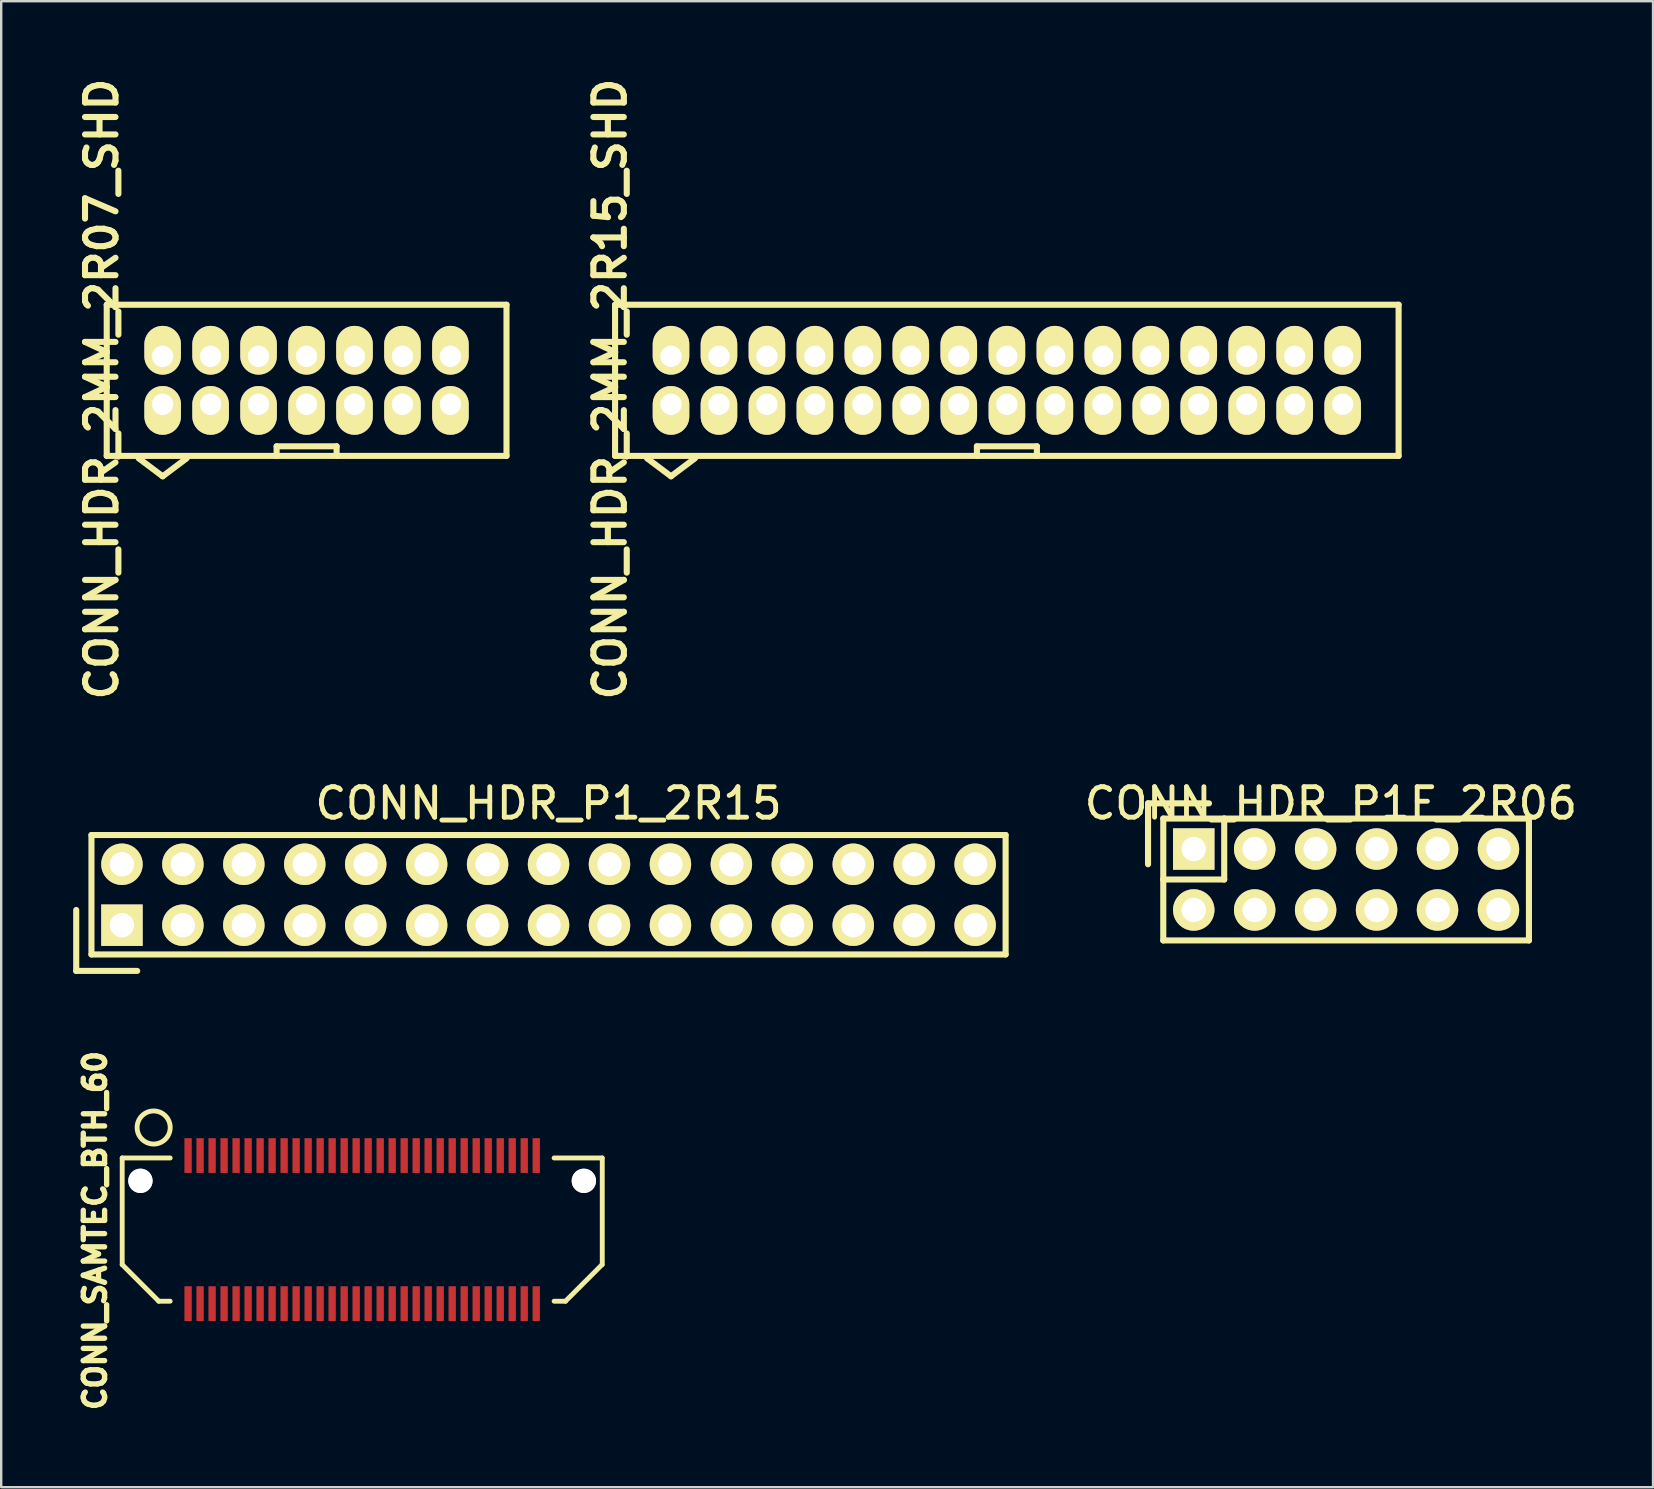
<source format=kicad_pcb>
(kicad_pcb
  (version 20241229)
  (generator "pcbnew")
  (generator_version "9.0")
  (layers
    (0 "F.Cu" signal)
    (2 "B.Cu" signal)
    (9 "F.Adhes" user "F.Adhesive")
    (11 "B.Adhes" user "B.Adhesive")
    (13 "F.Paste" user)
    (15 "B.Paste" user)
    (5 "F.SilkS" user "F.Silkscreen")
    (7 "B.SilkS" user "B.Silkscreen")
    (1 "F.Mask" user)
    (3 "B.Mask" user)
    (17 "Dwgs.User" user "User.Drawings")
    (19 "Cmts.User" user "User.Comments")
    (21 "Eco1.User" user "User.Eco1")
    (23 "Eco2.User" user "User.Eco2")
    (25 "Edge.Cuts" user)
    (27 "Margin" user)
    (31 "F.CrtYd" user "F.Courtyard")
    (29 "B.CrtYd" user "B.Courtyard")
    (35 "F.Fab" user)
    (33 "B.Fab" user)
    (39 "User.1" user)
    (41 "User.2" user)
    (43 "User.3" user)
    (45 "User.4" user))
  (footprint "CONN_HDR_P1F_2R06"
    (layer "F.Cu")
    (at 53.053 33.606)
    (property "Reference" "CONN_HDR_P1F_2R06" (at -0.635 -3.175 0) (layer "F.SilkS") (effects (font (size 1.27 1.27) (thickness 0.203))))
    (attr through_hole)
    (fp_line (start -8.255 -3.175) (end -5.715 -3.175) (stroke (width 0.254) (type solid)) (layer "F.SilkS"))
    (fp_line (start -8.255 -0.635) (end -8.255 -3.175) (stroke (width 0.254) (type solid)) (layer "F.SilkS"))
    (fp_line (start -7.62 -2.54) (end -7.62 0) (stroke (width 0.254) (type solid)) (layer "F.SilkS"))
    (fp_line (start -7.62 -2.54) (end -5.08 -2.54) (stroke (width 0.254) (type solid)) (layer "F.SilkS"))
    (fp_line (start -7.62 0) (end -5.08 0) (stroke (width 0.254) (type solid)) (layer "F.SilkS"))
    (fp_line (start -7.62 2.54) (end -7.62 0) (stroke (width 0.254) (type solid)) (layer "F.SilkS"))
    (fp_line (start -5.08 -2.54) (end 7.62 -2.54) (stroke (width 0.254) (type solid)) (layer "F.SilkS"))
    (fp_line (start -5.08 0) (end -5.08 -2.54) (stroke (width 0.254) (type solid)) (layer "F.SilkS"))
    (fp_line (start 7.62 2.54) (end -7.62 2.54) (stroke (width 0.254) (type solid)) (layer "F.SilkS"))
    (fp_line (start 7.62 2.54) (end 7.62 -2.54) (stroke (width 0.254) (type solid)) (layer "F.SilkS"))
    (pad "1" thru_hole rect (at -6.35 -1.27) (size 1.727 1.727) (drill 1.016) (layers "*.Cu" "*.Mask" "F.SilkS"))
    (pad "2" thru_hole oval (at -6.35 1.27) (size 1.727 1.727) (drill 1.016) (layers "*.Cu" "*.Mask" "F.SilkS"))
    (pad "3" thru_hole oval (at -3.81 -1.27) (size 1.727 1.727) (drill 1.016) (layers "*.Cu" "*.Mask" "F.SilkS"))
    (pad "4" thru_hole oval (at -3.81 1.27) (size 1.727 1.727) (drill 1.016) (layers "*.Cu" "*.Mask" "F.SilkS"))
    (pad "5" thru_hole oval (at -1.27 -1.27) (size 1.727 1.727) (drill 1.016) (layers "*.Cu" "*.Mask" "F.SilkS"))
    (pad "6" thru_hole oval (at -1.27 1.27) (size 1.727 1.727) (drill 1.016) (layers "*.Cu" "*.Mask" "F.SilkS"))
    (pad "7" thru_hole oval (at 1.27 -1.27) (size 1.727 1.727) (drill 1.016) (layers "*.Cu" "*.Mask" "F.SilkS"))
    (pad "8" thru_hole oval (at 1.27 1.27) (size 1.727 1.727) (drill 1.016) (layers "*.Cu" "*.Mask" "F.SilkS"))
    (pad "9" thru_hole oval (at 3.81 -1.27) (size 1.727 1.727) (drill 1.016) (layers "*.Cu" "*.Mask" "F.SilkS"))
    (pad "10" thru_hole oval (at 3.81 1.27) (size 1.727 1.727) (drill 1.016) (layers "*.Cu" "*.Mask" "F.SilkS"))
    (pad "11" thru_hole oval (at 6.35 -1.27) (size 1.727 1.727) (drill 1.016) (layers "*.Cu" "*.Mask" "F.SilkS"))
    (pad "12" thru_hole oval (at 6.35 1.27) (size 1.727 1.727) (drill 1.016) (layers "*.Cu" "*.Mask" "F.SilkS")))
  (footprint "CONN_SAMTEC_BTH_60"
    (layer "F.Cu")
    (at 12.043 48.197)
    (property "Reference" "CONN_SAMTEC_BTH_60" (at -11.133 0.041 90) (layer "F.SilkS") (effects (font (size 0.889 0.889) (thickness 0.305))))
    (attr smd)
    (fp_line (start -10 -2.985) (end -10 1.46) (stroke (width 0.203) (type solid)) (layer "F.SilkS"))
    (fp_line (start -10 1.46) (end -8.476 2.985) (stroke (width 0.203) (type solid)) (layer "F.SilkS"))
    (fp_line (start -8.001 -2.985) (end -10 -2.985) (stroke (width 0.203) (type solid)) (layer "F.SilkS"))
    (fp_line (start -8.001 2.985) (end -8.476 2.985) (stroke (width 0.203) (type solid)) (layer "F.SilkS"))
    (fp_line (start 8.001 -2.985) (end 10 -2.985) (stroke (width 0.203) (type solid)) (layer "F.SilkS"))
    (fp_line (start 8.001 2.985) (end 8.476 2.985) (stroke (width 0.203) (type solid)) (layer "F.SilkS"))
    (fp_line (start 10 1.46) (end 8.476 2.985) (stroke (width 0.203) (type solid)) (layer "F.SilkS"))
    (fp_line (start 10.008 -2.985) (end 10.008 1.46) (stroke (width 0.203) (type solid)) (layer "F.SilkS"))
    (fp_circle (center -8.689 -4.255) (end -9.101 -4.808) (stroke (width 0.203) (type solid)) (fill no) (layer "F.SilkS"))
    (pad "" np_thru_hole circle (at -9.241 -2.032) (size 1.016 1.016) (drill 1.016) (layers "*.Cu" "*.Mask" "Dwgs.User"))
    (pad "" np_thru_hole circle (at 9.241 -2.032) (size 1.016 1.016) (drill 1.016) (layers "*.Cu" "*.Mask" "Dwgs.User"))
    (pad "1" smd rect (at -7.254 -3.086 180) (size 0.305 1.448) (layers "F.Cu" "F.Mask" "F.Paste"))
    (pad "2" smd rect (at -7.254 3.086) (size 0.305 1.448) (layers "F.Cu" "F.Mask" "F.Paste"))
    (pad "3" smd rect (at -6.754 -3.086 180) (size 0.305 1.448) (layers "F.Cu" "F.Mask" "F.Paste"))
    (pad "4" smd rect (at -6.754 3.086) (size 0.305 1.448) (layers "F.Cu" "F.Mask" "F.Paste"))
    (pad "5" smd rect (at -6.253 -3.086 180) (size 0.305 1.448) (layers "F.Cu" "F.Mask" "F.Paste"))
    (pad "6" smd rect (at -6.253 3.086) (size 0.305 1.448) (layers "F.Cu" "F.Mask" "F.Paste"))
    (pad "7" smd rect (at -5.753 -3.086 180) (size 0.305 1.448) (layers "F.Cu" "F.Mask" "F.Paste"))
    (pad "8" smd rect (at -5.753 3.086) (size 0.305 1.448) (layers "F.Cu" "F.Mask" "F.Paste"))
    (pad "9" smd rect (at -5.253 -3.086 180) (size 0.305 1.448) (layers "F.Cu" "F.Mask" "F.Paste"))
    (pad "10" smd rect (at -5.253 3.086) (size 0.305 1.448) (layers "F.Cu" "F.Mask" "F.Paste"))
    (pad "11" smd rect (at -4.752 -3.086 180) (size 0.305 1.448) (layers "F.Cu" "F.Mask" "F.Paste"))
    (pad "12" smd rect (at -4.752 3.086) (size 0.305 1.448) (layers "F.Cu" "F.Mask" "F.Paste"))
    (pad "13" smd rect (at -4.252 -3.086 180) (size 0.305 1.448) (layers "F.Cu" "F.Mask" "F.Paste"))
    (pad "14" smd rect (at -4.252 3.086) (size 0.305 1.448) (layers "F.Cu" "F.Mask" "F.Paste"))
    (pad "15" smd rect (at -3.752 -3.086 180) (size 0.305 1.448) (layers "F.Cu" "F.Mask" "F.Paste"))
    (pad "16" smd rect (at -3.752 3.086) (size 0.305 1.448) (layers "F.Cu" "F.Mask" "F.Paste"))
    (pad "17" smd rect (at -3.251 -3.086 180) (size 0.305 1.448) (layers "F.Cu" "F.Mask" "F.Paste"))
    (pad "18" smd rect (at -3.251 3.086) (size 0.305 1.448) (layers "F.Cu" "F.Mask" "F.Paste"))
    (pad "19" smd rect (at -2.751 -3.086 180) (size 0.305 1.448) (layers "F.Cu" "F.Mask" "F.Paste"))
    (pad "20" smd rect (at -2.751 3.086) (size 0.305 1.448) (layers "F.Cu" "F.Mask" "F.Paste"))
    (pad "21" smd rect (at -2.25 -3.086 180) (size 0.305 1.448) (layers "F.Cu" "F.Mask" "F.Paste"))
    (pad "22" smd rect (at -2.25 3.086) (size 0.305 1.448) (layers "F.Cu" "F.Mask" "F.Paste"))
    (pad "23" smd rect (at -1.75 -3.086 180) (size 0.305 1.448) (layers "F.Cu" "F.Mask" "F.Paste"))
    (pad "24" smd rect (at -1.75 3.086) (size 0.305 1.448) (layers "F.Cu" "F.Mask" "F.Paste"))
    (pad "25" smd rect (at -1.25 -3.086 180) (size 0.305 1.448) (layers "F.Cu" "F.Mask" "F.Paste"))
    (pad "26" smd rect (at -1.25 3.086) (size 0.305 1.448) (layers "F.Cu" "F.Mask" "F.Paste"))
    (pad "27" smd rect (at -0.749 -3.086 180) (size 0.305 1.448) (layers "F.Cu" "F.Mask" "F.Paste"))
    (pad "28" smd rect (at -0.749 3.086) (size 0.305 1.448) (layers "F.Cu" "F.Mask" "F.Paste"))
    (pad "29" smd rect (at -0.249 -3.086 180) (size 0.305 1.448) (layers "F.Cu" "F.Mask" "F.Paste"))
    (pad "30" smd rect (at -0.249 3.086) (size 0.305 1.448) (layers "F.Cu" "F.Mask" "F.Paste"))
    (pad "31" smd rect (at 0.251 -3.086 180) (size 0.305 1.448) (layers "F.Cu" "F.Mask" "F.Paste"))
    (pad "32" smd rect (at 0.251 3.086) (size 0.305 1.448) (layers "F.Cu" "F.Mask" "F.Paste"))
    (pad "33" smd rect (at 0.752 -3.086 180) (size 0.305 1.448) (layers "F.Cu" "F.Mask" "F.Paste"))
    (pad "34" smd rect (at 0.752 3.086) (size 0.305 1.448) (layers "F.Cu" "F.Mask" "F.Paste"))
    (pad "35" smd rect (at 1.252 -3.086 180) (size 0.305 1.448) (layers "F.Cu" "F.Mask" "F.Paste"))
    (pad "36" smd rect (at 1.252 3.086) (size 0.305 1.448) (layers "F.Cu" "F.Mask" "F.Paste"))
    (pad "37" smd rect (at 1.753 -3.086 180) (size 0.305 1.448) (layers "F.Cu" "F.Mask" "F.Paste"))
    (pad "38" smd rect (at 1.753 3.086) (size 0.305 1.448) (layers "F.Cu" "F.Mask" "F.Paste"))
    (pad "39" smd rect (at 2.253 -3.086 180) (size 0.305 1.448) (layers "F.Cu" "F.Mask" "F.Paste"))
    (pad "40" smd rect (at 2.253 3.086) (size 0.305 1.448) (layers "F.Cu" "F.Mask" "F.Paste"))
    (pad "41" smd rect (at 2.753 -3.086 180) (size 0.305 1.448) (layers "F.Cu" "F.Mask" "F.Paste"))
    (pad "42" smd rect (at 2.753 3.086) (size 0.305 1.448) (layers "F.Cu" "F.Mask" "F.Paste"))
    (pad "43" smd rect (at 3.254 -3.086 180) (size 0.305 1.448) (layers "F.Cu" "F.Mask" "F.Paste"))
    (pad "44" smd rect (at 3.254 3.086) (size 0.305 1.448) (layers "F.Cu" "F.Mask" "F.Paste"))
    (pad "45" smd rect (at 3.754 -3.086 180) (size 0.305 1.448) (layers "F.Cu" "F.Mask" "F.Paste"))
    (pad "46" smd rect (at 3.754 3.086) (size 0.305 1.448) (layers "F.Cu" "F.Mask" "F.Paste"))
    (pad "47" smd rect (at 4.254 -3.086 180) (size 0.305 1.448) (layers "F.Cu" "F.Mask" "F.Paste"))
    (pad "48" smd rect (at 4.254 3.086) (size 0.305 1.448) (layers "F.Cu" "F.Mask" "F.Paste"))
    (pad "49" smd rect (at 4.755 -3.086 180) (size 0.305 1.448) (layers "F.Cu" "F.Mask" "F.Paste"))
    (pad "50" smd rect (at 4.755 3.086) (size 0.305 1.448) (layers "F.Cu" "F.Mask" "F.Paste"))
    (pad "51" smd rect (at 5.255 -3.086 180) (size 0.305 1.448) (layers "F.Cu" "F.Mask" "F.Paste"))
    (pad "52" smd rect (at 5.255 3.086) (size 0.305 1.448) (layers "F.Cu" "F.Mask" "F.Paste"))
    (pad "53" smd rect (at 5.756 -3.086 180) (size 0.305 1.448) (layers "F.Cu" "F.Mask" "F.Paste"))
    (pad "54" smd rect (at 5.756 3.086) (size 0.305 1.448) (layers "F.Cu" "F.Mask" "F.Paste"))
    (pad "55" smd rect (at 6.256 -3.086 180) (size 0.305 1.448) (layers "F.Cu" "F.Mask" "F.Paste"))
    (pad "56" smd rect (at 6.256 3.086) (size 0.305 1.448) (layers "F.Cu" "F.Mask" "F.Paste"))
    (pad "57" smd rect (at 6.756 -3.086 180) (size 0.305 1.448) (layers "F.Cu" "F.Mask" "F.Paste"))
    (pad "58" smd rect (at 6.756 3.086) (size 0.305 1.448) (layers "F.Cu" "F.Mask" "F.Paste"))
    (pad "59" smd rect (at 7.257 -3.086 180) (size 0.305 1.448) (layers "F.Cu" "F.Mask" "F.Paste"))
    (pad "60" smd rect (at 7.257 3.086) (size 0.305 1.448) (layers "F.Cu" "F.Mask" "F.Paste")))
  (footprint "CONN_HDR_2MM_2R07_SHD"
    (layer "F.Cu")
    (at 3.729 13.801)
    (property "Reference" "CONN_HDR_2MM_2R07_SHD" (at -2.54 -0.635 90) (layer "F.SilkS") (effects (font (size 1.27 1.27) (thickness 0.254))))
    (attr through_hole)
    (fp_line (start -2.331 -4.15) (end 14.331 -4.15) (stroke (width 0.254) (type solid)) (layer "F.SilkS"))
    (fp_line (start -2.331 2.15) (end -2.331 -4.15) (stroke (width 0.254) (type solid)) (layer "F.SilkS"))
    (fp_line (start -1 2.25) (end 0 3) (stroke (width 0.254) (type solid)) (layer "F.SilkS"))
    (fp_line (start 0 3) (end 1 2.25) (stroke (width 0.254) (type solid)) (layer "F.SilkS"))
    (fp_line (start 4.75 1.75) (end 7.25 1.75) (stroke (width 0.254) (type solid)) (layer "F.SilkS"))
    (fp_line (start 4.75 2.15) (end 4.75 1.75) (stroke (width 0.254) (type solid)) (layer "F.SilkS"))
    (fp_line (start 7.25 1.75) (end 7.25 2.15) (stroke (width 0.254) (type solid)) (layer "F.SilkS"))
    (fp_line (start 14.331 -4.15) (end 14.331 2.15) (stroke (width 0.254) (type solid)) (layer "F.SilkS"))
    (fp_line (start 14.331 2.15) (end -2.331 2.15) (stroke (width 0.254) (type solid)) (layer "F.SilkS"))
    (pad "1" thru_hole oval (at 0 0) (size 1.524 2.032) (drill 0.889 (offset 0 0.254)) (layers "*.Cu" "*.Mask" "F.SilkS"))
    (pad "2" thru_hole oval (at 0 -1.999 180) (size 1.524 2.032) (drill 0.889 (offset 0 0.254)) (layers "*.Cu" "*.Mask" "F.SilkS"))
    (pad "3" thru_hole oval (at 1.999 0) (size 1.524 2.032) (drill 0.889 (offset 0 0.254)) (layers "*.Cu" "*.Mask" "F.SilkS"))
    (pad "4" thru_hole oval (at 1.999 -1.999 180) (size 1.524 2.032) (drill 0.889 (offset 0 0.254)) (layers "*.Cu" "*.Mask" "F.SilkS"))
    (pad "5" thru_hole oval (at 3.998 0) (size 1.524 2.032) (drill 0.889 (offset 0 0.254)) (layers "*.Cu" "*.Mask" "F.SilkS"))
    (pad "6" thru_hole oval (at 3.998 -1.999 180) (size 1.524 2.032) (drill 0.889 (offset 0 0.254)) (layers "*.Cu" "*.Mask" "F.SilkS"))
    (pad "7" thru_hole oval (at 5.997 0) (size 1.524 2.032) (drill 0.889 (offset 0 0.254)) (layers "*.Cu" "*.Mask" "F.SilkS"))
    (pad "8" thru_hole oval (at 5.997 -1.999 180) (size 1.524 2.032) (drill 0.889 (offset 0 0.254)) (layers "*.Cu" "*.Mask" "F.SilkS"))
    (pad "9" thru_hole oval (at 7.996 0) (size 1.524 2.032) (drill 0.889 (offset 0 0.254)) (layers "*.Cu" "*.Mask" "F.SilkS"))
    (pad "10" thru_hole oval (at 7.996 -1.999 180) (size 1.524 2.032) (drill 0.889 (offset 0 0.254)) (layers "*.Cu" "*.Mask" "F.SilkS"))
    (pad "11" thru_hole oval (at 9.995 0) (size 1.524 2.032) (drill 0.889 (offset 0 0.254)) (layers "*.Cu" "*.Mask" "F.SilkS"))
    (pad "12" thru_hole oval (at 9.995 -1.999 180) (size 1.524 2.032) (drill 0.889 (offset 0 0.254)) (layers "*.Cu" "*.Mask" "F.SilkS"))
    (pad "13" thru_hole oval (at 11.994 0) (size 1.524 2.032) (drill 0.889 (offset 0 0.254)) (layers "*.Cu" "*.Mask" "F.SilkS"))
    (pad "14" thru_hole oval (at 11.994 -1.999 180) (size 1.524 2.032) (drill 0.889 (offset 0 0.254)) (layers "*.Cu" "*.Mask" "F.SilkS")))
  (footprint "CONN_HDR_P1_2R15"
    (layer "F.Cu")
    (at 19.812 34.241)
    (property "Reference" "CONN_HDR_P1_2R15" (at 0 -3.81 0) (layer "F.SilkS") (effects (font (size 1.27 1.27) (thickness 0.203))))
    (attr through_hole)
    (fp_line (start -19.685 0.635) (end -19.685 3.175) (stroke (width 0.254) (type solid)) (layer "F.SilkS"))
    (fp_line (start -19.685 3.175) (end -17.145 3.175) (stroke (width 0.254) (type solid)) (layer "F.SilkS"))
    (fp_line (start -19.05 -2.489) (end -19.05 2.489) (stroke (width 0.254) (type solid)) (layer "F.SilkS"))
    (fp_line (start -19.05 2.489) (end 19.05 2.489) (stroke (width 0.254) (type solid)) (layer "F.SilkS"))
    (fp_line (start 19.05 -2.489) (end -19.05 -2.489) (stroke (width 0.254) (type solid)) (layer "F.SilkS"))
    (fp_line (start 19.05 -2.489) (end 19.05 2.489) (stroke (width 0.254) (type solid)) (layer "F.SilkS"))
    (pad "1" thru_hole rect (at -17.78 1.27) (size 1.727 1.727) (drill 1.016) (layers "*.Cu" "*.Mask" "F.SilkS"))
    (pad "2" thru_hole oval (at -17.78 -1.27) (size 1.727 1.727) (drill 1.016) (layers "*.Cu" "*.Mask" "F.SilkS"))
    (pad "3" thru_hole oval (at -15.24 1.27) (size 1.727 1.727) (drill 1.016) (layers "*.Cu" "*.Mask" "F.SilkS"))
    (pad "4" thru_hole oval (at -15.24 -1.27) (size 1.727 1.727) (drill 1.016) (layers "*.Cu" "*.Mask" "F.SilkS"))
    (pad "5" thru_hole oval (at -12.7 1.27) (size 1.727 1.727) (drill 1.016) (layers "*.Cu" "*.Mask" "F.SilkS"))
    (pad "6" thru_hole oval (at -12.7 -1.27) (size 1.727 1.727) (drill 1.016) (layers "*.Cu" "*.Mask" "F.SilkS"))
    (pad "7" thru_hole oval (at -10.16 1.27) (size 1.727 1.727) (drill 1.016) (layers "*.Cu" "*.Mask" "F.SilkS"))
    (pad "8" thru_hole oval (at -10.16 -1.27) (size 1.727 1.727) (drill 1.016) (layers "*.Cu" "*.Mask" "F.SilkS"))
    (pad "9" thru_hole oval (at -7.62 1.27) (size 1.727 1.727) (drill 1.016) (layers "*.Cu" "*.Mask" "F.SilkS"))
    (pad "10" thru_hole oval (at -7.62 -1.27) (size 1.727 1.727) (drill 1.016) (layers "*.Cu" "*.Mask" "F.SilkS"))
    (pad "11" thru_hole oval (at -5.08 1.27) (size 1.727 1.727) (drill 1.016) (layers "*.Cu" "*.Mask" "F.SilkS"))
    (pad "12" thru_hole oval (at -5.08 -1.27) (size 1.727 1.727) (drill 1.016) (layers "*.Cu" "*.Mask" "F.SilkS"))
    (pad "13" thru_hole oval (at -2.54 1.27) (size 1.727 1.727) (drill 1.016) (layers "*.Cu" "*.Mask" "F.SilkS"))
    (pad "14" thru_hole oval (at -2.54 -1.27) (size 1.727 1.727) (drill 1.016) (layers "*.Cu" "*.Mask" "F.SilkS"))
    (pad "15" thru_hole oval (at 0 1.27) (size 1.727 1.727) (drill 1.016) (layers "*.Cu" "*.Mask" "F.SilkS"))
    (pad "16" thru_hole oval (at 0 -1.27) (size 1.727 1.727) (drill 1.016) (layers "*.Cu" "*.Mask" "F.SilkS"))
    (pad "17" thru_hole oval (at 2.54 1.27) (size 1.727 1.727) (drill 1.016) (layers "*.Cu" "*.Mask" "F.SilkS"))
    (pad "18" thru_hole oval (at 2.54 -1.27) (size 1.727 1.727) (drill 1.016) (layers "*.Cu" "*.Mask" "F.SilkS"))
    (pad "19" thru_hole oval (at 5.08 1.27) (size 1.727 1.727) (drill 1.016) (layers "*.Cu" "*.Mask" "F.SilkS"))
    (pad "20" thru_hole oval (at 5.08 -1.27) (size 1.727 1.727) (drill 1.016) (layers "*.Cu" "*.Mask" "F.SilkS"))
    (pad "21" thru_hole oval (at 7.62 1.27) (size 1.727 1.727) (drill 1.016) (layers "*.Cu" "*.Mask" "F.SilkS"))
    (pad "22" thru_hole oval (at 7.62 -1.27) (size 1.727 1.727) (drill 1.016) (layers "*.Cu" "*.Mask" "F.SilkS"))
    (pad "23" thru_hole oval (at 10.16 1.27) (size 1.727 1.727) (drill 1.016) (layers "*.Cu" "*.Mask" "F.SilkS"))
    (pad "24" thru_hole oval (at 10.16 -1.27) (size 1.727 1.727) (drill 1.016) (layers "*.Cu" "*.Mask" "F.SilkS"))
    (pad "25" thru_hole oval (at 12.7 1.27) (size 1.727 1.727) (drill 1.016) (layers "*.Cu" "*.Mask" "F.SilkS"))
    (pad "26" thru_hole oval (at 12.7 -1.27) (size 1.727 1.727) (drill 1.016) (layers "*.Cu" "*.Mask" "F.SilkS"))
    (pad "27" thru_hole oval (at 15.24 1.27) (size 1.727 1.727) (drill 1.016) (layers "*.Cu" "*.Mask" "F.SilkS"))
    (pad "28" thru_hole oval (at 15.24 -1.27) (size 1.727 1.727) (drill 1.016) (layers "*.Cu" "*.Mask" "F.SilkS"))
    (pad "29" thru_hole oval (at 17.78 1.27) (size 1.727 1.727) (drill 1.016) (layers "*.Cu" "*.Mask" "F.SilkS"))
    (pad "30" thru_hole oval (at 17.78 -1.27) (size 1.727 1.727) (drill 1.016) (layers "*.Cu" "*.Mask" "F.SilkS")))
  (footprint "CONN_HDR_2MM_2R15_SHD"
    (layer "F.Cu")
    (at 24.916 13.801)
    (property "Reference" "CONN_HDR_2MM_2R15_SHD" (at -2.54 -0.635 90) (layer "F.SilkS") (effects (font (size 1.27 1.27) (thickness 0.254))))
    (attr through_hole)
    (fp_line (start -2.331 -4.15) (end 30.325 -4.15) (stroke (width 0.254) (type solid)) (layer "F.SilkS"))
    (fp_line (start -2.331 2.15) (end -2.331 -4.15) (stroke (width 0.254) (type solid)) (layer "F.SilkS"))
    (fp_line (start -1 2.25) (end 0 3) (stroke (width 0.254) (type solid)) (layer "F.SilkS"))
    (fp_line (start 0 3) (end 1 2.25) (stroke (width 0.254) (type solid)) (layer "F.SilkS"))
    (fp_line (start 12.75 1.75) (end 15.25 1.75) (stroke (width 0.254) (type solid)) (layer "F.SilkS"))
    (fp_line (start 12.75 2.15) (end 12.75 1.75) (stroke (width 0.254) (type solid)) (layer "F.SilkS"))
    (fp_line (start 15.25 1.75) (end 15.25 2.15) (stroke (width 0.254) (type solid)) (layer "F.SilkS"))
    (fp_line (start 30.325 -4.15) (end 30.325 2.15) (stroke (width 0.254) (type solid)) (layer "F.SilkS"))
    (fp_line (start 30.325 2.15) (end -2.331 2.15) (stroke (width 0.254) (type solid)) (layer "F.SilkS"))
    (pad "1" thru_hole oval (at 0 0) (size 1.524 2.032) (drill 0.889 (offset 0 0.254)) (layers "*.Cu" "*.Mask" "F.SilkS"))
    (pad "2" thru_hole oval (at 0 -1.999 180) (size 1.524 2.032) (drill 0.889 (offset 0 0.254)) (layers "*.Cu" "*.Mask" "F.SilkS"))
    (pad "3" thru_hole oval (at 1.999 0) (size 1.524 2.032) (drill 0.889 (offset 0 0.254)) (layers "*.Cu" "*.Mask" "F.SilkS"))
    (pad "4" thru_hole oval (at 1.999 -1.999 180) (size 1.524 2.032) (drill 0.889 (offset 0 0.254)) (layers "*.Cu" "*.Mask" "F.SilkS"))
    (pad "5" thru_hole oval (at 3.998 0) (size 1.524 2.032) (drill 0.889 (offset 0 0.254)) (layers "*.Cu" "*.Mask" "F.SilkS"))
    (pad "6" thru_hole oval (at 3.998 -1.999 180) (size 1.524 2.032) (drill 0.889 (offset 0 0.254)) (layers "*.Cu" "*.Mask" "F.SilkS"))
    (pad "7" thru_hole oval (at 5.997 0) (size 1.524 2.032) (drill 0.889 (offset 0 0.254)) (layers "*.Cu" "*.Mask" "F.SilkS"))
    (pad "8" thru_hole oval (at 5.997 -1.999 180) (size 1.524 2.032) (drill 0.889 (offset 0 0.254)) (layers "*.Cu" "*.Mask" "F.SilkS"))
    (pad "9" thru_hole oval (at 7.996 0) (size 1.524 2.032) (drill 0.889 (offset 0 0.254)) (layers "*.Cu" "*.Mask" "F.SilkS"))
    (pad "10" thru_hole oval (at 7.996 -1.999 180) (size 1.524 2.032) (drill 0.889 (offset 0 0.254)) (layers "*.Cu" "*.Mask" "F.SilkS"))
    (pad "11" thru_hole oval (at 9.995 0) (size 1.524 2.032) (drill 0.889 (offset 0 0.254)) (layers "*.Cu" "*.Mask" "F.SilkS"))
    (pad "12" thru_hole oval (at 9.995 -1.999 180) (size 1.524 2.032) (drill 0.889 (offset 0 0.254)) (layers "*.Cu" "*.Mask" "F.SilkS"))
    (pad "13" thru_hole oval (at 11.994 0) (size 1.524 2.032) (drill 0.889 (offset 0 0.254)) (layers "*.Cu" "*.Mask" "F.SilkS"))
    (pad "14" thru_hole oval (at 11.994 -1.999 180) (size 1.524 2.032) (drill 0.889 (offset 0 0.254)) (layers "*.Cu" "*.Mask" "F.SilkS"))
    (pad "15" thru_hole oval (at 14 0) (size 1.524 2.032) (drill 0.889 (offset 0 0.254)) (layers "*.Cu" "*.Mask" "F.SilkS"))
    (pad "16" thru_hole oval (at 14 -1.999 180) (size 1.524 2.032) (drill 0.889 (offset 0 0.254)) (layers "*.Cu" "*.Mask" "F.SilkS"))
    (pad "17" thru_hole oval (at 15.999 0) (size 1.524 2.032) (drill 0.889 (offset 0 0.254)) (layers "*.Cu" "*.Mask" "F.SilkS"))
    (pad "18" thru_hole oval (at 15.999 -1.999 180) (size 1.524 2.032) (drill 0.889 (offset 0 0.254)) (layers "*.Cu" "*.Mask" "F.SilkS"))
    (pad "19" thru_hole oval (at 17.998 0) (size 1.524 2.032) (drill 0.889 (offset 0 0.254)) (layers "*.Cu" "*.Mask" "F.SilkS"))
    (pad "20" thru_hole oval (at 17.998 -1.999 180) (size 1.524 2.032) (drill 0.889 (offset 0 0.254)) (layers "*.Cu" "*.Mask" "F.SilkS"))
    (pad "21" thru_hole oval (at 19.997 0) (size 1.524 2.032) (drill 0.889 (offset 0 0.254)) (layers "*.Cu" "*.Mask" "F.SilkS"))
    (pad "22" thru_hole oval (at 19.997 -1.999 180) (size 1.524 2.032) (drill 0.889 (offset 0 0.254)) (layers "*.Cu" "*.Mask" "F.SilkS"))
    (pad "23" thru_hole oval (at 21.996 0) (size 1.524 2.032) (drill 0.889 (offset 0 0.254)) (layers "*.Cu" "*.Mask" "F.SilkS"))
    (pad "24" thru_hole oval (at 21.996 -1.999 180) (size 1.524 2.032) (drill 0.889 (offset 0 0.254)) (layers "*.Cu" "*.Mask" "F.SilkS"))
    (pad "25" thru_hole oval (at 23.995 0) (size 1.524 2.032) (drill 0.889 (offset 0 0.254)) (layers "*.Cu" "*.Mask" "F.SilkS"))
    (pad "26" thru_hole oval (at 23.995 -1.999 180) (size 1.524 2.032) (drill 0.889 (offset 0 0.254)) (layers "*.Cu" "*.Mask" "F.SilkS"))
    (pad "27" thru_hole oval (at 25.994 0) (size 1.524 2.032) (drill 0.889 (offset 0 0.254)) (layers "*.Cu" "*.Mask" "F.SilkS"))
    (pad "28" thru_hole oval (at 25.994 -1.999 180) (size 1.524 2.032) (drill 0.889 (offset 0 0.254)) (layers "*.Cu" "*.Mask" "F.SilkS"))
    (pad "29" thru_hole oval (at 27.994 0) (size 1.524 2.032) (drill 0.889 (offset 0 0.254)) (layers "*.Cu" "*.Mask" "F.SilkS"))
    (pad "30" thru_hole oval (at 27.994 -1.999 180) (size 1.524 2.032) (drill 0.889 (offset 0 0.254)) (layers "*.Cu" "*.Mask" "F.SilkS")))
  (gr_rect
    (start -3 -3)
    (end 65.846 58.933)
    (stroke (width 0.1) (type default))
    (fill no)
    (layer "Edge.Cuts")))
</source>
